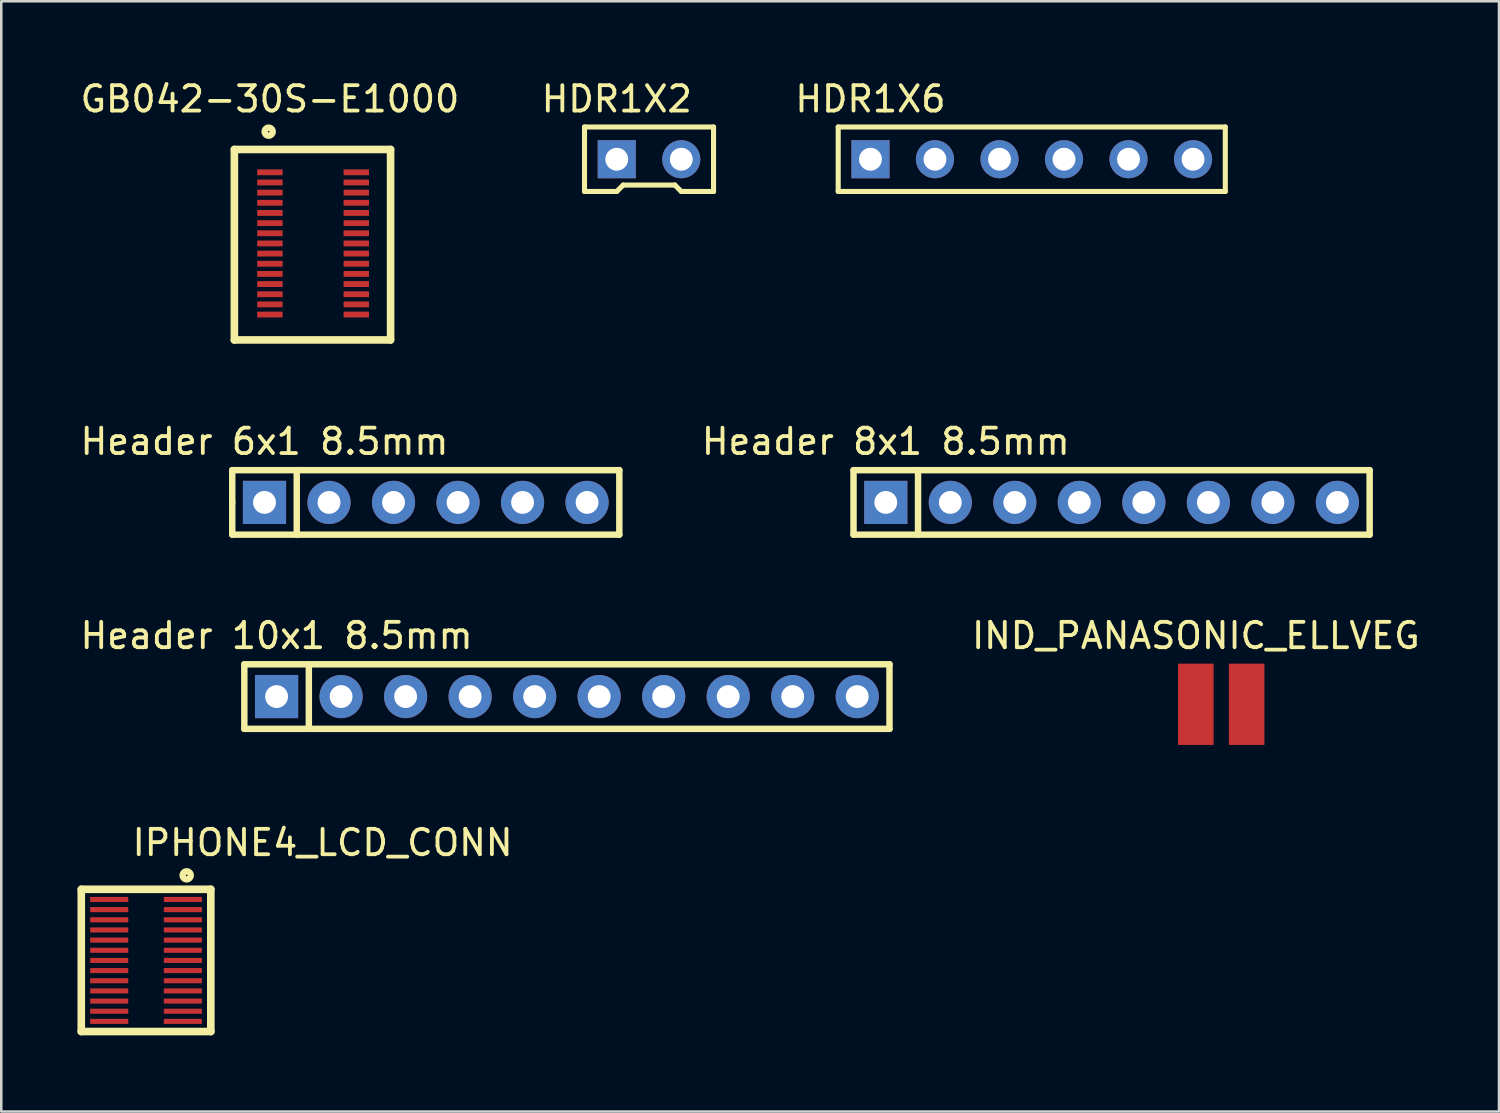
<source format=kicad_pcb>
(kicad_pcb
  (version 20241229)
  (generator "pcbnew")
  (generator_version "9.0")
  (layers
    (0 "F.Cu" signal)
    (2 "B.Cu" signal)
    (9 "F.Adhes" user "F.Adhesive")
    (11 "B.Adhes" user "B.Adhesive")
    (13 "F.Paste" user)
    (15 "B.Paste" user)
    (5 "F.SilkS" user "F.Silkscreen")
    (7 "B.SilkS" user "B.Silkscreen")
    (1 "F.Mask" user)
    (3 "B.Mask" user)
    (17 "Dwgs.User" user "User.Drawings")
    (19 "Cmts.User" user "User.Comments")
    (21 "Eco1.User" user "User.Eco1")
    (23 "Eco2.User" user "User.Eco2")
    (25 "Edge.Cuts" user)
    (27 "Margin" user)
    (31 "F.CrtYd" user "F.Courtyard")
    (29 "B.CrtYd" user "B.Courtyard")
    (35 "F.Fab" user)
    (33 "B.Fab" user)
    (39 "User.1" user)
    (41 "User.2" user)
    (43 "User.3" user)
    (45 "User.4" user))
  (footprint "IPHONE4_LCD_CONN"
    (layer "F.Cu")
    (at 9.65 37.162)
    (property "Reference" "IPHONE4_LCD_CONN" (at 0 -7.036 0) (layer "F.SilkS") (effects (font (size 1 1) (thickness 0.15))))
    (attr through_hole)
    (fp_line (start -9.5 -5.2) (end -4.4 -5.2) (stroke (width 0.3) (type solid)) (layer "F.SilkS"))
    (fp_line (start -9.5 0.4) (end -9.5 -5.2) (stroke (width 0.3) (type solid)) (layer "F.SilkS"))
    (fp_line (start -9.5 0.4) (end -4.4 0.4) (stroke (width 0.3) (type solid)) (layer "F.SilkS"))
    (fp_line (start -4.4 0.4) (end -4.4 -5.2) (stroke (width 0.3) (type solid)) (layer "F.SilkS"))
    (fp_circle (center -5.35 -5.75) (end -5.192 -5.75) (stroke (width 0.254) (type solid)) (fill no) (layer "F.SilkS"))
    (pad "1" smd rect (at -5.5 -4.8) (size 1.5 0.2) (layers "F.Cu" "F.Mask" "F.Paste"))
    (pad "2" smd rect (at -8.4 -4.8) (size 1.5 0.2) (layers "F.Cu" "F.Mask" "F.Paste"))
    (pad "3" smd rect (at -5.5 -4.4) (size 1.5 0.2) (layers "F.Cu" "F.Mask" "F.Paste"))
    (pad "4" smd rect (at -8.4 -4.4) (size 1.5 0.2) (layers "F.Cu" "F.Mask" "F.Paste"))
    (pad "5" smd rect (at -5.5 -4) (size 1.5 0.2) (layers "F.Cu" "F.Mask" "F.Paste"))
    (pad "6" smd rect (at -8.4 -4) (size 1.5 0.2) (layers "F.Cu" "F.Mask" "F.Paste"))
    (pad "7" smd rect (at -5.5 -3.6) (size 1.5 0.2) (layers "F.Cu" "F.Mask" "F.Paste"))
    (pad "8" smd rect (at -8.4 -3.6) (size 1.5 0.2) (layers "F.Cu" "F.Mask" "F.Paste"))
    (pad "9" smd rect (at -5.5 -3.2) (size 1.5 0.2) (layers "F.Cu" "F.Mask" "F.Paste"))
    (pad "10" smd rect (at -8.4 -3.2) (size 1.5 0.2) (layers "F.Cu" "F.Mask" "F.Paste"))
    (pad "11" smd rect (at -5.5 -2.8) (size 1.5 0.2) (layers "F.Cu" "F.Mask" "F.Paste"))
    (pad "12" smd rect (at -8.4 -2.8) (size 1.5 0.2) (layers "F.Cu" "F.Mask" "F.Paste"))
    (pad "13" smd rect (at -5.5 -2.4) (size 1.5 0.2) (layers "F.Cu" "F.Mask" "F.Paste"))
    (pad "14" smd rect (at -8.4 -2.4) (size 1.5 0.2) (layers "F.Cu" "F.Mask" "F.Paste"))
    (pad "15" smd rect (at -5.5 -2) (size 1.5 0.2) (layers "F.Cu" "F.Mask" "F.Paste"))
    (pad "16" smd rect (at -8.4 -2) (size 1.5 0.2) (layers "F.Cu" "F.Mask" "F.Paste"))
    (pad "17" smd rect (at -5.5 -1.6) (size 1.5 0.2) (layers "F.Cu" "F.Mask" "F.Paste"))
    (pad "18" smd rect (at -8.4 -1.6) (size 1.5 0.2) (layers "F.Cu" "F.Mask" "F.Paste"))
    (pad "19" smd rect (at -5.5 -1.2) (size 1.5 0.2) (layers "F.Cu" "F.Mask" "F.Paste"))
    (pad "20" smd rect (at -8.4 -1.2) (size 1.5 0.2) (layers "F.Cu" "F.Mask" "F.Paste"))
    (pad "21" smd rect (at -5.5 -0.8) (size 1.5 0.2) (layers "F.Cu" "F.Mask" "F.Paste"))
    (pad "22" smd rect (at -8.4 -0.8) (size 1.5 0.2) (layers "F.Cu" "F.Mask" "F.Paste"))
    (pad "23" smd rect (at -5.5 -0.4) (size 1.5 0.2) (layers "F.Cu" "F.Mask" "F.Paste"))
    (pad "24" smd rect (at -8.4 -0.4) (size 1.5 0.2) (layers "F.Cu" "F.Mask" "F.Paste"))
    (pad "25" smd rect (at -5.5 0) (size 1.5 0.2) (layers "F.Cu" "F.Mask" "F.Paste"))
    (pad "26" smd rect (at -8.4 0) (size 1.5 0.2) (layers "F.Cu" "F.Mask" "F.Paste")))
  (footprint "GB042-30S-E1000"
    (layer "F.Cu")
    (at 7.577 3.734)
    (property "Reference" "GB042-30S-E1000" (at 0 -2.886 0) (layer "F.SilkS") (effects (font (size 1 1) (thickness 0.15))))
    (attr through_hole)
    (fp_line (start -1.4 -0.9) (end 4.75 -0.9) (stroke (width 0.3) (type solid)) (layer "F.SilkS"))
    (fp_line (start -1.4 6.6) (end -1.4 -0.9) (stroke (width 0.3) (type solid)) (layer "F.SilkS"))
    (fp_line (start -1.4 6.6) (end 4.75 6.6) (stroke (width 0.3) (type solid)) (layer "F.SilkS"))
    (fp_line (start 4.75 6.6) (end 4.75 -0.9) (stroke (width 0.3) (type solid)) (layer "F.SilkS"))
    (fp_circle (center -0.05 -1.6) (end 0.108 -1.6) (stroke (width 0.254) (type solid)) (fill no) (layer "F.SilkS"))
    (pad "1" smd rect (at 0 0) (size 1 0.23) (layers "F.Cu" "F.Mask" "F.Paste"))
    (pad "2" smd rect (at 0 0.4) (size 1 0.23) (layers "F.Cu" "F.Mask" "F.Paste"))
    (pad "3" smd rect (at 0 0.8) (size 1 0.23) (layers "F.Cu" "F.Mask" "F.Paste"))
    (pad "4" smd rect (at 0 1.2) (size 1 0.23) (layers "F.Cu" "F.Mask" "F.Paste"))
    (pad "5" smd rect (at 0 1.6) (size 1 0.23) (layers "F.Cu" "F.Mask" "F.Paste"))
    (pad "6" smd rect (at 0 2) (size 1 0.23) (layers "F.Cu" "F.Mask" "F.Paste"))
    (pad "7" smd rect (at 0 2.4) (size 1 0.23) (layers "F.Cu" "F.Mask" "F.Paste"))
    (pad "8" smd rect (at 0 2.8) (size 1 0.23) (layers "F.Cu" "F.Mask" "F.Paste"))
    (pad "9" smd rect (at 0 3.2) (size 1 0.23) (layers "F.Cu" "F.Mask" "F.Paste"))
    (pad "10" smd rect (at 0 3.6) (size 1 0.23) (layers "F.Cu" "F.Mask" "F.Paste"))
    (pad "11" smd rect (at 0 4) (size 1 0.23) (layers "F.Cu" "F.Mask" "F.Paste"))
    (pad "12" smd rect (at 0 4.4) (size 1 0.23) (layers "F.Cu" "F.Mask" "F.Paste"))
    (pad "13" smd rect (at 0 4.8) (size 1 0.23) (layers "F.Cu" "F.Mask" "F.Paste"))
    (pad "14" smd rect (at 0 5.2) (size 1 0.23) (layers "F.Cu" "F.Mask" "F.Paste"))
    (pad "15" smd rect (at 0 5.6) (size 1 0.23) (layers "F.Cu" "F.Mask" "F.Paste"))
    (pad "16" smd rect (at 3.4 5.6) (size 1 0.23) (layers "F.Cu" "F.Mask" "F.Paste"))
    (pad "17" smd rect (at 3.4 5.2) (size 1 0.23) (layers "F.Cu" "F.Mask" "F.Paste"))
    (pad "18" smd rect (at 3.4 4.8) (size 1 0.23) (layers "F.Cu" "F.Mask" "F.Paste"))
    (pad "19" smd rect (at 3.4 4.4) (size 1 0.23) (layers "F.Cu" "F.Mask" "F.Paste"))
    (pad "20" smd rect (at 3.4 4) (size 1 0.23) (layers "F.Cu" "F.Mask" "F.Paste"))
    (pad "21" smd rect (at 3.4 3.6) (size 1 0.23) (layers "F.Cu" "F.Mask" "F.Paste"))
    (pad "22" smd rect (at 3.4 3.2) (size 1 0.23) (layers "F.Cu" "F.Mask" "F.Paste"))
    (pad "23" smd rect (at 3.4 2.8) (size 1 0.23) (layers "F.Cu" "F.Mask" "F.Paste"))
    (pad "24" smd rect (at 3.4 2.4) (size 1 0.23) (layers "F.Cu" "F.Mask" "F.Paste"))
    (pad "25" smd rect (at 3.4 2) (size 1 0.23) (layers "F.Cu" "F.Mask" "F.Paste"))
    (pad "26" smd rect (at 3.4 1.6) (size 1 0.23) (layers "F.Cu" "F.Mask" "F.Paste"))
    (pad "27" smd rect (at 3.4 1.2) (size 1 0.23) (layers "F.Cu" "F.Mask" "F.Paste"))
    (pad "28" smd rect (at 3.4 0.8) (size 1 0.23) (layers "F.Cu" "F.Mask" "F.Paste"))
    (pad "29" smd rect (at 3.4 0.4) (size 1 0.23) (layers "F.Cu" "F.Mask" "F.Paste"))
    (pad "30" smd rect (at 3.4 0) (size 1 0.23) (layers "F.Cu" "F.Mask" "F.Paste")))
  (footprint "HDR1X6"
    (layer "F.Cu")
    (at 31.22 3.219)
    (property "Reference" "HDR1X6" (at 0 -2.371 0) (layer "F.SilkS") (effects (font (size 1 1) (thickness 0.15))))
    (attr through_hole)
    (fp_line (start -1.27 -1.27) (end 13.97 -1.27) (stroke (width 0.2) (type solid)) (layer "F.SilkS"))
    (fp_line (start -1.27 1.27) (end -1.27 -1.27) (stroke (width 0.2) (type solid)) (layer "F.SilkS"))
    (fp_line (start -1.27 1.27) (end 13.97 1.27) (stroke (width 0.2) (type solid)) (layer "F.SilkS"))
    (fp_line (start 13.97 1.27) (end 13.97 -1.27) (stroke (width 0.2) (type solid)) (layer "F.SilkS"))
    (pad "1" thru_hole rect (at 0 0) (size 1.5 1.5) (drill 0.9) (layers "*.Cu" "*.Mask"))
    (pad "2" thru_hole circle (at 2.54 0) (size 1.5 1.5) (drill 0.9) (layers "*.Cu" "*.Mask"))
    (pad "3" thru_hole circle (at 5.08 0) (size 1.5 1.5) (drill 0.9) (layers "*.Cu" "*.Mask"))
    (pad "4" thru_hole circle (at 7.62 0) (size 1.5 1.5) (drill 0.9) (layers "*.Cu" "*.Mask"))
    (pad "5" thru_hole circle (at 10.16 0) (size 1.5 1.5) (drill 0.9) (layers "*.Cu" "*.Mask"))
    (pad "6" thru_hole circle (at 12.7 0) (size 1.5 1.5) (drill 0.9) (layers "*.Cu" "*.Mask")))
  (footprint "IND_PANASONIC_ELLVEG"
    (layer "F.Cu")
    (at 44.031 24.678)
    (property "Reference" "IND_PANASONIC_ELLVEG" (at 0 -2.702 0) (layer "F.SilkS") (effects (font (size 1 1) (thickness 0.15))))
    (attr through_hole)
    (pad "1" smd rect (at 0 0) (size 1.4 3.2) (layers "F.Cu" "F.Mask" "F.Paste"))
    (pad "2" smd rect (at 2 0) (size 1.4 3.2) (layers "F.Cu" "F.Mask" "F.Paste")))
  (footprint "HDR1X2"
    (layer "F.Cu")
    (at 21.232 3.219)
    (property "Reference" "HDR1X2" (at 0 -2.371 0) (layer "F.SilkS") (effects (font (size 1 1) (thickness 0.15))))
    (attr through_hole)
    (fp_line (start -1.27 -1.27) (end 3.81 -1.27) (stroke (width 0.2) (type solid)) (layer "F.SilkS"))
    (fp_line (start -1.27 1.27) (end -1.27 -1.27) (stroke (width 0.2) (type solid)) (layer "F.SilkS"))
    (fp_line (start -1.27 1.27) (end 0 1.27) (stroke (width 0.2) (type solid)) (layer "F.SilkS"))
    (fp_line (start 0 1.27) (end 0.254 1.016) (stroke (width 0.2) (type solid)) (layer "F.SilkS"))
    (fp_line (start 0.254 1.016) (end 2.286 1.016) (stroke (width 0.2) (type solid)) (layer "F.SilkS"))
    (fp_line (start 2.286 1.016) (end 2.54 1.27) (stroke (width 0.2) (type solid)) (layer "F.SilkS"))
    (fp_line (start 2.54 1.27) (end 3.81 1.27) (stroke (width 0.2) (type solid)) (layer "F.SilkS"))
    (fp_line (start 3.81 1.27) (end 3.81 -1.27) (stroke (width 0.2) (type solid)) (layer "F.SilkS"))
    (pad "1" thru_hole rect (at 0 0) (size 1.5 1.5) (drill 0.9) (layers "*.Cu" "*.Mask"))
    (pad "2" thru_hole circle (at 2.54 0) (size 1.5 1.5) (drill 0.9) (layers "*.Cu" "*.Mask")))
  (footprint "Header 6x1 8.5mm"
    (layer "F.Cu")
    (at 7.363 16.73)
    (property "Reference" "Header 6x1 8.5mm" (at 0 -2.398 0) (layer "F.SilkS") (effects (font (size 1 1) (thickness 0.15))))
    (attr through_hole)
    (fp_line (start -1.27 -1.27) (end 1.27 -1.27) (stroke (width 0.254) (type solid)) (layer "F.SilkS"))
    (fp_line (start -1.27 0) (end -1.27 -1.27) (stroke (width 0.254) (type solid)) (layer "F.SilkS"))
    (fp_line (start -1.27 1.27) (end -1.27 0) (stroke (width 0.254) (type solid)) (layer "F.SilkS"))
    (fp_line (start -1.27 1.27) (end 1.27 1.27) (stroke (width 0.254) (type solid)) (layer "F.SilkS"))
    (fp_line (start 1.27 -1.27) (end 13.97 -1.27) (stroke (width 0.254) (type solid)) (layer "F.SilkS"))
    (fp_line (start 1.27 1.27) (end 1.27 -1.27) (stroke (width 0.254) (type solid)) (layer "F.SilkS"))
    (fp_line (start 1.27 1.27) (end 13.97 1.27) (stroke (width 0.254) (type solid)) (layer "F.SilkS"))
    (fp_line (start 13.97 1.27) (end 13.97 -1.27) (stroke (width 0.254) (type solid)) (layer "F.SilkS"))
    (pad "1" thru_hole rect (at 0 0) (size 1.7 1.7) (drill 0.9) (layers "*.Cu" "*.Mask"))
    (pad "2" thru_hole circle (at 2.54 0) (size 1.7 1.7) (drill 0.9) (layers "*.Cu" "*.Mask"))
    (pad "3" thru_hole circle (at 5.08 0) (size 1.7 1.7) (drill 0.9) (layers "*.Cu" "*.Mask"))
    (pad "4" thru_hole circle (at 7.62 0) (size 1.7 1.7) (drill 0.9) (layers "*.Cu" "*.Mask"))
    (pad "5" thru_hole circle (at 10.16 0) (size 1.7 1.7) (drill 0.9) (layers "*.Cu" "*.Mask"))
    (pad "6" thru_hole circle (at 12.7 0) (size 1.7 1.7) (drill 0.9) (layers "*.Cu" "*.Mask")))
  (footprint "Header 8x1 8.5mm"
    (layer "F.Cu")
    (at 31.823 16.73)
    (property "Reference" "Header 8x1 8.5mm" (at 0 -2.398 0) (layer "F.SilkS") (effects (font (size 1 1) (thickness 0.15))))
    (attr through_hole)
    (fp_line (start -1.27 -1.27) (end 19.05 -1.27) (stroke (width 0.254) (type solid)) (layer "F.SilkS"))
    (fp_line (start -1.27 1.27) (end -1.27 -1.27) (stroke (width 0.254) (type solid)) (layer "F.SilkS"))
    (fp_line (start -1.27 1.27) (end 19.05 1.27) (stroke (width 0.254) (type solid)) (layer "F.SilkS"))
    (fp_line (start 1.27 1.27) (end 1.27 -1.27) (stroke (width 0.254) (type solid)) (layer "F.SilkS"))
    (fp_line (start 19.05 1.27) (end 19.05 -1.27) (stroke (width 0.254) (type solid)) (layer "F.SilkS"))
    (pad "1" thru_hole rect (at 0 0) (size 1.7 1.7) (drill 0.9) (layers "*.Cu" "*.Mask"))
    (pad "2" thru_hole circle (at 2.54 0) (size 1.7 1.7) (drill 0.9) (layers "*.Cu" "*.Mask"))
    (pad "3" thru_hole circle (at 5.08 0) (size 1.7 1.7) (drill 0.9) (layers "*.Cu" "*.Mask"))
    (pad "4" thru_hole circle (at 7.62 0) (size 1.7 1.7) (drill 0.9) (layers "*.Cu" "*.Mask"))
    (pad "5" thru_hole circle (at 10.16 0) (size 1.7 1.7) (drill 0.9) (layers "*.Cu" "*.Mask"))
    (pad "6" thru_hole circle (at 12.7 0) (size 1.7 1.7) (drill 0.9) (layers "*.Cu" "*.Mask"))
    (pad "7" thru_hole circle (at 15.24 0) (size 1.7 1.7) (drill 0.9) (layers "*.Cu" "*.Mask"))
    (pad "8" thru_hole circle (at 17.78 0) (size 1.7 1.7) (drill 0.9) (layers "*.Cu" "*.Mask")))
  (footprint "Header 10x1 8.5mm"
    (layer "F.Cu")
    (at 7.839 24.374)
    (property "Reference" "Header 10x1 8.5mm" (at 0 -2.398 0) (layer "F.SilkS") (effects (font (size 1 1) (thickness 0.15))))
    (attr through_hole)
    (fp_line (start -1.27 -1.27) (end 1.27 -1.27) (stroke (width 0.254) (type solid)) (layer "F.SilkS"))
    (fp_line (start -1.27 1.27) (end -1.27 -1.27) (stroke (width 0.254) (type solid)) (layer "F.SilkS"))
    (fp_line (start -1.27 1.27) (end 1.27 1.27) (stroke (width 0.254) (type solid)) (layer "F.SilkS"))
    (fp_line (start 1.27 -1.27) (end 24.13 -1.27) (stroke (width 0.254) (type solid)) (layer "F.SilkS"))
    (fp_line (start 1.27 1.27) (end 1.27 -1.27) (stroke (width 0.254) (type solid)) (layer "F.SilkS"))
    (fp_line (start 1.27 1.27) (end 24.13 1.27) (stroke (width 0.254) (type solid)) (layer "F.SilkS"))
    (fp_line (start 24.13 1.27) (end 24.13 -1.27) (stroke (width 0.254) (type solid)) (layer "F.SilkS"))
    (pad "1" thru_hole rect (at 0 0) (size 1.7 1.7) (drill 0.9) (layers "*.Cu" "*.Mask"))
    (pad "2" thru_hole circle (at 2.54 0) (size 1.7 1.7) (drill 0.9) (layers "*.Cu" "*.Mask"))
    (pad "3" thru_hole circle (at 5.08 0) (size 1.7 1.7) (drill 0.9) (layers "*.Cu" "*.Mask"))
    (pad "4" thru_hole circle (at 7.62 0) (size 1.7 1.7) (drill 0.9) (layers "*.Cu" "*.Mask"))
    (pad "5" thru_hole circle (at 10.16 0) (size 1.7 1.7) (drill 0.9) (layers "*.Cu" "*.Mask"))
    (pad "6" thru_hole circle (at 12.7 0) (size 1.7 1.7) (drill 0.9) (layers "*.Cu" "*.Mask"))
    (pad "7" thru_hole circle (at 15.24 0) (size 1.7 1.7) (drill 0.9) (layers "*.Cu" "*.Mask"))
    (pad "8" thru_hole circle (at 17.78 0) (size 1.7 1.7) (drill 0.9) (layers "*.Cu" "*.Mask"))
    (pad "9" thru_hole circle (at 20.32 0) (size 1.7 1.7) (drill 0.9) (layers "*.Cu" "*.Mask"))
    (pad "10" thru_hole circle (at 22.86 0) (size 1.7 1.7) (drill 0.9) (layers "*.Cu" "*.Mask")))
  (gr_rect
    (start -3 -3)
    (end 55.965 40.712)
    (stroke (width 0.1) (type default))
    (fill no)
    (layer "Edge.Cuts")))
</source>
